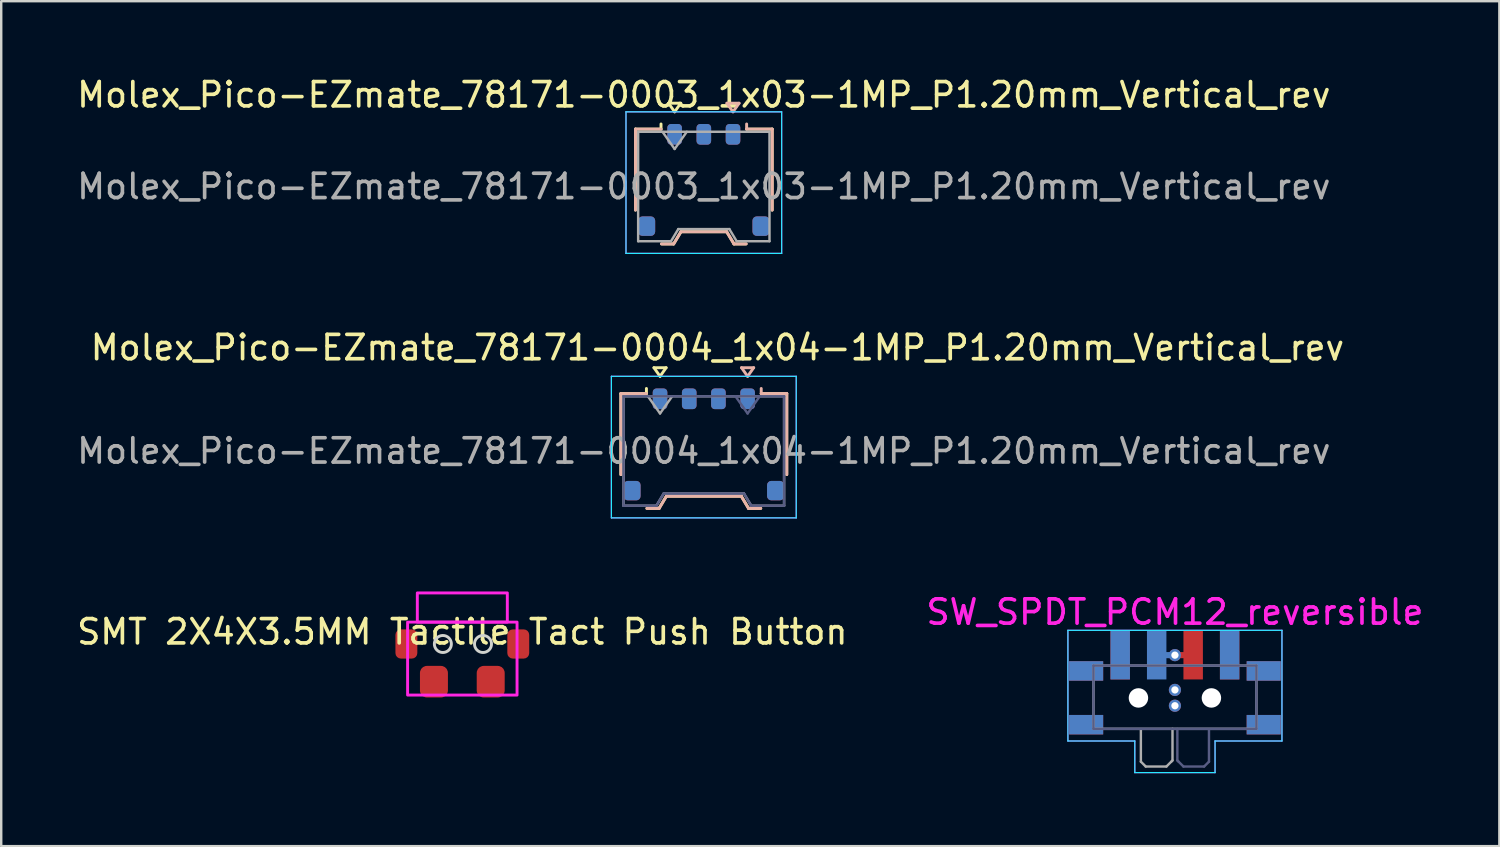
<source format=kicad_pcb>
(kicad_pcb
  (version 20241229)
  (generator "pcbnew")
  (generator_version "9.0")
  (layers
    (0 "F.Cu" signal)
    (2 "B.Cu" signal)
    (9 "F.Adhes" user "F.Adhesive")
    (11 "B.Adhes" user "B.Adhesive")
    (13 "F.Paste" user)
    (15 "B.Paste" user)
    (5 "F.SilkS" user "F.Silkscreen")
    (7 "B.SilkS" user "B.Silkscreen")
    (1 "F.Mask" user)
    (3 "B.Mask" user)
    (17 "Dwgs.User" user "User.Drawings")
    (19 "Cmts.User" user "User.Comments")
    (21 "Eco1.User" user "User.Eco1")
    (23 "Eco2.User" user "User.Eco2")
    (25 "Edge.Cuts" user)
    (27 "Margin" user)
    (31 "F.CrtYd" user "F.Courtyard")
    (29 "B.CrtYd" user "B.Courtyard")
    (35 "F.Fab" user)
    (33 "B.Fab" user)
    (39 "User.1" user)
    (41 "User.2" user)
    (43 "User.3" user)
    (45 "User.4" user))
  (footprint "Molex_Pico-EZmate_78171-0003_1x03-1MP_P1.20mm_Vertical_rev"
    (layer "F.Cu")
    (at 25.887 4.348)
    (property "Reference" "Molex_Pico-EZmate_78171-0003_1x03-1MP_P1.20mm_Vertical_rev" (at 0 -3.5 0) (layer "F.SilkS") (effects (font (size 1 1) (thickness 0.15))))
    (attr smd)
    (fp_line (start -2.81 -2.09) (end -1.76 -2.09) (stroke (width 0.12) (type solid)) (layer "F.SilkS"))
    (fp_line (start -2.81 1.24) (end -2.81 -2.09) (stroke (width 0.12) (type solid)) (layer "F.SilkS"))
    (fp_line (start -1.76 -2.09) (end -1.76 -2.3) (stroke (width 0.12) (type solid)) (layer "F.SilkS"))
    (fp_line (start -1.74 2.63) (end -1.24 2.63) (stroke (width 0.12) (type solid)) (layer "F.SilkS"))
    (fp_line (start -1.45 -3.154) (end -1.2 -2.8) (stroke (width 0.12) (type solid)) (layer "F.SilkS"))
    (fp_line (start -1.24 2.63) (end -0.94 2.13) (stroke (width 0.12) (type solid)) (layer "F.SilkS"))
    (fp_line (start -1.2 -2.8) (end -0.95 -3.154) (stroke (width 0.12) (type solid)) (layer "F.SilkS"))
    (fp_line (start -0.95 -3.154) (end -1.45 -3.154) (stroke (width 0.12) (type solid)) (layer "F.SilkS"))
    (fp_line (start -0.94 2.13) (end 0.94 2.13) (stroke (width 0.12) (type solid)) (layer "F.SilkS"))
    (fp_line (start 0.94 2.13) (end 1.24 2.63) (stroke (width 0.12) (type solid)) (layer "F.SilkS"))
    (fp_line (start 1.24 2.63) (end 1.74 2.63) (stroke (width 0.12) (type solid)) (layer "F.SilkS"))
    (fp_line (start 2.81 -2.09) (end 1.76 -2.09) (stroke (width 0.12) (type solid)) (layer "F.SilkS"))
    (fp_line (start 2.81 1.24) (end 2.81 -2.09) (stroke (width 0.12) (type solid)) (layer "F.SilkS"))
    (fp_line (start -2.81 -2.09) (end -1.76 -2.09) (stroke (width 0.12) (type solid)) (layer "B.SilkS"))
    (fp_line (start -2.81 1.24) (end -2.81 -2.09) (stroke (width 0.12) (type solid)) (layer "B.SilkS"))
    (fp_line (start -1.24 2.63) (end -1.74 2.63) (stroke (width 0.12) (type solid)) (layer "B.SilkS"))
    (fp_line (start -0.94 2.13) (end -1.24 2.63) (stroke (width 0.12) (type solid)) (layer "B.SilkS"))
    (fp_line (start 0.94 2.13) (end -0.94 2.13) (stroke (width 0.12) (type solid)) (layer "B.SilkS"))
    (fp_line (start 0.95 -3.154) (end 1.45 -3.154) (stroke (width 0.12) (type solid)) (layer "B.SilkS"))
    (fp_line (start 1.2 -2.8) (end 0.95 -3.154) (stroke (width 0.12) (type solid)) (layer "B.SilkS"))
    (fp_line (start 1.24 2.63) (end 0.94 2.13) (stroke (width 0.12) (type solid)) (layer "B.SilkS"))
    (fp_line (start 1.45 -3.154) (end 1.2 -2.8) (stroke (width 0.12) (type solid)) (layer "B.SilkS"))
    (fp_line (start 1.74 2.63) (end 1.24 2.63) (stroke (width 0.12) (type solid)) (layer "B.SilkS"))
    (fp_line (start 1.76 -2.09) (end 1.76 -2.3) (stroke (width 0.12) (type solid)) (layer "B.SilkS"))
    (fp_line (start 2.81 -2.09) (end 1.76 -2.09) (stroke (width 0.12) (type solid)) (layer "B.SilkS"))
    (fp_line (start 2.81 1.24) (end 2.81 -2.09) (stroke (width 0.12) (type solid)) (layer "B.SilkS"))
    (fp_line (start -3.2 -2.8) (end 3.2 -2.8) (stroke (width 0.05) (type solid)) (layer "B.CrtYd"))
    (fp_line (start -3.2 3.02) (end -3.2 -2.8) (stroke (width 0.05) (type solid)) (layer "B.CrtYd"))
    (fp_line (start 3.2 -2.8) (end 3.2 3.02) (stroke (width 0.05) (type solid)) (layer "B.CrtYd"))
    (fp_line (start 3.2 3.02) (end -3.2 3.02) (stroke (width 0.05) (type solid)) (layer "B.CrtYd"))
    (fp_line (start -3.2 -2.8) (end -3.2 3.02) (stroke (width 0.05) (type solid)) (layer "F.CrtYd"))
    (fp_line (start -3.2 3.02) (end 3.2 3.02) (stroke (width 0.05) (type solid)) (layer "F.CrtYd"))
    (fp_line (start 3.2 -2.8) (end -3.2 -2.8) (stroke (width 0.05) (type solid)) (layer "F.CrtYd"))
    (fp_line (start 3.2 3.02) (end 3.2 -2.8) (stroke (width 0.05) (type solid)) (layer "F.CrtYd"))
    (fp_line (start -2.7 -1.98) (end -2.7 2.52) (stroke (width 0.1) (type solid)) (layer "F.Fab"))
    (fp_line (start -2.7 -1.98) (end 2.7 -1.98) (stroke (width 0.1) (type solid)) (layer "F.Fab"))
    (fp_line (start -2.7 2.52) (end -1.35 2.52) (stroke (width 0.1) (type solid)) (layer "F.Fab"))
    (fp_line (start -1.7 -1.98) (end -1.2 -1.273) (stroke (width 0.1) (type solid)) (layer "F.Fab"))
    (fp_line (start -1.35 2.52) (end -1.05 2.02) (stroke (width 0.1) (type solid)) (layer "F.Fab"))
    (fp_line (start -1.2 -1.273) (end -0.7 -1.98) (stroke (width 0.1) (type solid)) (layer "F.Fab"))
    (fp_line (start -1.05 2.02) (end 1.05 2.02) (stroke (width 0.1) (type solid)) (layer "F.Fab"))
    (fp_line (start 1.05 2.02) (end 1.35 2.52) (stroke (width 0.1) (type solid)) (layer "F.Fab"))
    (fp_line (start 1.35 2.52) (end 2.7 2.52) (stroke (width 0.1) (type solid)) (layer "F.Fab"))
    (fp_line (start 2.7 -1.98) (end 2.7 2.52) (stroke (width 0.1) (type solid)) (layer "F.Fab"))
    (fp_text user "${REFERENCE}" (at 0 0.27 0) (layer "F.Fab") (effects (font (size 1 1) (thickness 0.15))))
    (pad "1" smd roundrect (at -1.2 -1.875) (size 0.6 0.85) (layers "F.Cu" "F.Mask" "F.Paste") (roundrect_rratio 0.25))
    (pad "1" smd roundrect (at 1.2 -1.875) (size 0.6 0.85) (layers "B.Cu" "B.Mask" "B.Paste") (roundrect_rratio 0.25))
    (pad "2" smd roundrect (at 0 -1.875) (size 0.6 0.85) (layers "F.Cu" "F.Mask" "F.Paste") (roundrect_rratio 0.25))
    (pad "2" smd roundrect (at 0 -1.875) (size 0.6 0.85) (layers "B.Cu" "B.Mask" "B.Paste") (roundrect_rratio 0.25))
    (pad "3" smd roundrect (at -1.2 -1.875) (size 0.6 0.85) (layers "B.Cu" "B.Mask" "B.Paste") (roundrect_rratio 0.25))
    (pad "3" smd roundrect (at 1.2 -1.875) (size 0.6 0.85) (layers "F.Cu" "F.Mask" "F.Paste") (roundrect_rratio 0.25))
    (pad "MP" smd roundrect (at -2.35 1.9) (size 0.7 0.8) (layers "F.Cu" "F.Mask" "F.Paste") (roundrect_rratio 0.25))
    (pad "MP" smd roundrect (at -2.35 1.9) (size 0.7 0.8) (layers "B.Cu" "B.Mask" "B.Paste") (roundrect_rratio 0.25))
    (pad "MP" smd roundrect (at 2.35 1.9) (size 0.7 0.8) (layers "F.Cu" "F.Mask" "F.Paste") (roundrect_rratio 0.25))
    (pad "MP" smd roundrect (at 2.35 1.9) (size 0.7 0.8) (layers "B.Cu" "B.Mask" "B.Paste") (roundrect_rratio 0.25)))
  (footprint "SMT 2X4X3.5MM Tactile Tact Push Button"
    (layer "F.Cu")
    (at 15.958 23.427)
    (property "Reference" "SMT 2X4X3.5MM Tactile Tact Push Button" (at 0 -0.5 0) (unlocked yes) (layer "F.SilkS") (effects (font (size 1 1) (thickness 0.15))))
    (attr smd)
    (fp_circle (center -0.8 0) (end -0.45 0) (stroke (width 0.12) (type default)) (fill no) (layer "Edge.Cuts"))
    (fp_circle (center 0.85 0) (end 1.2 0) (stroke (width 0.12) (type default)) (fill no) (layer "Edge.Cuts"))
    (fp_rect (start -2.25 -0.9) (end 2.25 2.1) (stroke (width 0.12) (type default)) (fill no) (layer "F.CrtYd"))
    (fp_rect (start -1.85 -2.1) (end 1.85 -0.9) (stroke (width 0.12) (type default)) (fill no) (layer "F.CrtYd"))
    (pad "1" smd roundrect (at 1.167 1.55) (size 1.15 1.3) (layers "F.Cu" "F.Mask" "F.Paste") (roundrect_rratio 0.25))
    (pad "2" smd roundrect (at -1.167 1.55) (size 1.15 1.3) (layers "F.Cu" "F.Mask" "F.Paste") (roundrect_rratio 0.25))
    (pad "MP" smd roundrect (at -2.3 0) (size 0.9 1.2) (layers "F.Cu" "F.Mask" "F.Paste") (roundrect_rratio 0.25))
    (pad "MP" smd roundrect (at 2.3 0) (size 0.9 1.2) (layers "F.Cu" "F.Mask" "F.Paste") (roundrect_rratio 0.25)))
  (footprint "Molex_Pico-EZmate_78171-0004_1x04-1MP_P1.20mm_Vertical_rev"
    (layer "F.Cu")
    (at 25.887 15.222)
    (property "Reference" "Molex_Pico-EZmate_78171-0004_1x04-1MP_P1.20mm_Vertical_rev" (at 0.56 -3.98 0) (layer "F.SilkS") (effects (font (size 1 1) (thickness 0.15))))
    (attr smd)
    (fp_line (start -3.41 -2.09) (end -2.36 -2.09) (stroke (width 0.12) (type solid)) (layer "F.SilkS"))
    (fp_line (start -3.41 1.24) (end -3.41 -2.09) (stroke (width 0.12) (type solid)) (layer "F.SilkS"))
    (fp_line (start -2.36 -2.09) (end -2.36 -2.3) (stroke (width 0.12) (type solid)) (layer "F.SilkS"))
    (fp_line (start -2.34 2.63) (end -1.84 2.63) (stroke (width 0.12) (type solid)) (layer "F.SilkS"))
    (fp_line (start -2.05 -3.154) (end -1.8 -2.8) (stroke (width 0.12) (type solid)) (layer "F.SilkS"))
    (fp_line (start -1.84 2.63) (end -1.54 2.13) (stroke (width 0.12) (type solid)) (layer "F.SilkS"))
    (fp_line (start -1.8 -2.8) (end -1.55 -3.154) (stroke (width 0.12) (type solid)) (layer "F.SilkS"))
    (fp_line (start -1.55 -3.154) (end -2.05 -3.154) (stroke (width 0.12) (type solid)) (layer "F.SilkS"))
    (fp_line (start -1.54 2.13) (end 1.54 2.13) (stroke (width 0.12) (type solid)) (layer "F.SilkS"))
    (fp_line (start 1.54 2.13) (end 1.84 2.63) (stroke (width 0.12) (type solid)) (layer "F.SilkS"))
    (fp_line (start 1.84 2.63) (end 2.34 2.63) (stroke (width 0.12) (type solid)) (layer "F.SilkS"))
    (fp_line (start 3.41 -2.09) (end 2.36 -2.09) (stroke (width 0.12) (type solid)) (layer "F.SilkS"))
    (fp_line (start 3.41 1.24) (end 3.41 -2.09) (stroke (width 0.12) (type solid)) (layer "F.SilkS"))
    (fp_line (start -3.41 -2.09) (end -2.36 -2.09) (stroke (width 0.12) (type solid)) (layer "B.SilkS"))
    (fp_line (start -3.41 1.24) (end -3.41 -2.09) (stroke (width 0.12) (type solid)) (layer "B.SilkS"))
    (fp_line (start -1.84 2.63) (end -2.34 2.63) (stroke (width 0.12) (type solid)) (layer "B.SilkS"))
    (fp_line (start -1.54 2.13) (end -1.84 2.63) (stroke (width 0.12) (type solid)) (layer "B.SilkS"))
    (fp_line (start 1.54 2.13) (end -1.54 2.13) (stroke (width 0.12) (type solid)) (layer "B.SilkS"))
    (fp_line (start 1.55 -3.154) (end 2.05 -3.154) (stroke (width 0.12) (type solid)) (layer "B.SilkS"))
    (fp_line (start 1.8 -2.8) (end 1.55 -3.154) (stroke (width 0.12) (type solid)) (layer "B.SilkS"))
    (fp_line (start 1.84 2.63) (end 1.54 2.13) (stroke (width 0.12) (type solid)) (layer "B.SilkS"))
    (fp_line (start 2.05 -3.154) (end 1.8 -2.8) (stroke (width 0.12) (type solid)) (layer "B.SilkS"))
    (fp_line (start 2.34 2.63) (end 1.84 2.63) (stroke (width 0.12) (type solid)) (layer "B.SilkS"))
    (fp_line (start 2.36 -2.09) (end 2.36 -2.3) (stroke (width 0.12) (type solid)) (layer "B.SilkS"))
    (fp_line (start 3.41 -2.09) (end 2.36 -2.09) (stroke (width 0.12) (type solid)) (layer "B.SilkS"))
    (fp_line (start 3.41 1.24) (end 3.41 -2.09) (stroke (width 0.12) (type solid)) (layer "B.SilkS"))
    (fp_line (start -3.8 -2.8) (end 3.8 -2.8) (stroke (width 0.05) (type solid)) (layer "B.CrtYd"))
    (fp_line (start -3.8 3.02) (end -3.8 -2.8) (stroke (width 0.05) (type solid)) (layer "B.CrtYd"))
    (fp_line (start 3.8 -2.8) (end 3.8 3.02) (stroke (width 0.05) (type solid)) (layer "B.CrtYd"))
    (fp_line (start 3.8 3.02) (end -3.8 3.02) (stroke (width 0.05) (type solid)) (layer "B.CrtYd"))
    (fp_line (start -3.8 -2.8) (end -3.8 3.02) (stroke (width 0.05) (type solid)) (layer "F.CrtYd"))
    (fp_line (start -3.8 3.02) (end 3.8 3.02) (stroke (width 0.05) (type solid)) (layer "F.CrtYd"))
    (fp_line (start 3.8 -2.8) (end -3.8 -2.8) (stroke (width 0.05) (type solid)) (layer "F.CrtYd"))
    (fp_line (start 3.8 3.02) (end 3.8 -2.8) (stroke (width 0.05) (type solid)) (layer "F.CrtYd"))
    (fp_line (start -3.3 -1.98) (end -3.3 2.52) (stroke (width 0.1) (type solid)) (layer "B.Fab"))
    (fp_line (start -1.95 2.52) (end -3.3 2.52) (stroke (width 0.1) (type solid)) (layer "B.Fab"))
    (fp_line (start -1.65 2.02) (end -1.95 2.52) (stroke (width 0.1) (type solid)) (layer "B.Fab"))
    (fp_line (start 1.65 2.02) (end -1.65 2.02) (stroke (width 0.1) (type solid)) (layer "B.Fab"))
    (fp_line (start 1.8 -1.273) (end 1.3 -1.98) (stroke (width 0.1) (type solid)) (layer "B.Fab"))
    (fp_line (start 1.95 2.52) (end 1.65 2.02) (stroke (width 0.1) (type solid)) (layer "B.Fab"))
    (fp_line (start 2.3 -1.98) (end 1.8 -1.273) (stroke (width 0.1) (type solid)) (layer "B.Fab"))
    (fp_line (start 3.3 -1.98) (end -3.3 -1.98) (stroke (width 0.1) (type solid)) (layer "B.Fab"))
    (fp_line (start 3.3 -1.98) (end 3.3 2.52) (stroke (width 0.1) (type solid)) (layer "B.Fab"))
    (fp_line (start 3.3 2.52) (end 1.95 2.52) (stroke (width 0.1) (type solid)) (layer "B.Fab"))
    (fp_line (start -3.3 -1.98) (end -3.3 2.52) (stroke (width 0.1) (type solid)) (layer "F.Fab"))
    (fp_line (start -3.3 -1.98) (end 3.3 -1.98) (stroke (width 0.1) (type solid)) (layer "F.Fab"))
    (fp_line (start -3.3 2.52) (end -1.95 2.52) (stroke (width 0.1) (type solid)) (layer "F.Fab"))
    (fp_line (start -2.3 -1.98) (end -1.8 -1.273) (stroke (width 0.1) (type solid)) (layer "F.Fab"))
    (fp_line (start -1.95 2.52) (end -1.65 2.02) (stroke (width 0.1) (type solid)) (layer "F.Fab"))
    (fp_line (start -1.8 -1.273) (end -1.3 -1.98) (stroke (width 0.1) (type solid)) (layer "F.Fab"))
    (fp_line (start -1.65 2.02) (end 1.65 2.02) (stroke (width 0.1) (type solid)) (layer "F.Fab"))
    (fp_line (start 1.65 2.02) (end 1.95 2.52) (stroke (width 0.1) (type solid)) (layer "F.Fab"))
    (fp_line (start 1.95 2.52) (end 3.3 2.52) (stroke (width 0.1) (type solid)) (layer "F.Fab"))
    (fp_line (start 3.3 -1.98) (end 3.3 2.52) (stroke (width 0.1) (type solid)) (layer "F.Fab"))
    (fp_text user "${REFERENCE}" (at 0 0.27 0) (layer "F.Fab") (effects (font (size 1 1) (thickness 0.15))))
    (pad "1" smd roundrect (at -1.8 -1.875) (size 0.6 0.85) (layers "F.Cu" "F.Mask" "F.Paste") (roundrect_rratio 0.25))
    (pad "1" smd roundrect (at 1.8 -1.875) (size 0.6 0.85) (layers "B.Cu" "B.Mask" "B.Paste") (roundrect_rratio 0.25))
    (pad "2" smd roundrect (at -0.6 -1.875) (size 0.6 0.85) (layers "F.Cu" "F.Mask" "F.Paste") (roundrect_rratio 0.25))
    (pad "2" smd roundrect (at 0.6 -1.875) (size 0.6 0.85) (layers "B.Cu" "B.Mask" "B.Paste") (roundrect_rratio 0.25))
    (pad "3" smd roundrect (at -0.6 -1.875) (size 0.6 0.85) (layers "B.Cu" "B.Mask" "B.Paste") (roundrect_rratio 0.25))
    (pad "3" smd roundrect (at 0.6 -1.875) (size 0.6 0.85) (layers "F.Cu" "F.Mask" "F.Paste") (roundrect_rratio 0.25))
    (pad "4" smd roundrect (at -1.8 -1.875) (size 0.6 0.85) (layers "B.Cu" "B.Mask" "B.Paste") (roundrect_rratio 0.25))
    (pad "4" smd roundrect (at 1.8 -1.875) (size 0.6 0.85) (layers "F.Cu" "F.Mask" "F.Paste") (roundrect_rratio 0.25))
    (pad "MP" smd roundrect (at -2.95 1.9) (size 0.7 0.8) (layers "F.Cu" "F.Mask" "F.Paste") (roundrect_rratio 0.25))
    (pad "MP" smd roundrect (at -2.95 1.9) (size 0.7 0.8) (layers "B.Cu" "B.Mask" "B.Paste") (roundrect_rratio 0.25))
    (pad "MP" smd roundrect (at 2.95 1.9) (size 0.7 0.8) (layers "F.Cu" "F.Mask" "F.Paste") (roundrect_rratio 0.25))
    (pad "MP" smd roundrect (at 2.95 1.9) (size 0.7 0.8) (layers "B.Cu" "B.Mask" "B.Paste") (roundrect_rratio 0.25)))
  (footprint "SW_SPDT_PCM12_reversible"
    (layer "F.Cu")
    (at 45.256 25.315)
    (property "Reference" "SW_SPDT_PCM12_reversible" (at 0 -3.2 180) (layer "F.CrtYd") (effects (font (size 1 1) (thickness 0.15))))
    (attr smd)
    (fp_line (start -4.4 -2.45) (end -4.4 2.1) (stroke (width 0.05) (type solid)) (layer "B.CrtYd"))
    (fp_line (start -4.4 2.1) (end -1.65 2.1) (stroke (width 0.05) (type solid)) (layer "B.CrtYd"))
    (fp_line (start -1.65 2.1) (end -1.65 3.4) (stroke (width 0.05) (type solid)) (layer "B.CrtYd"))
    (fp_line (start -1.65 3.4) (end 1.65 3.4) (stroke (width 0.05) (type solid)) (layer "B.CrtYd"))
    (fp_line (start 1.65 2.1) (end 4.4 2.1) (stroke (width 0.05) (type solid)) (layer "B.CrtYd"))
    (fp_line (start 1.65 3.4) (end 1.65 2.1) (stroke (width 0.05) (type solid)) (layer "B.CrtYd"))
    (fp_line (start 4.4 -2.45) (end -4.4 -2.45) (stroke (width 0.05) (type solid)) (layer "B.CrtYd"))
    (fp_line (start 4.4 2.1) (end 4.4 -2.45) (stroke (width 0.05) (type solid)) (layer "B.CrtYd"))
    (fp_line (start -4.4 -2.45) (end 4.4 -2.45) (stroke (width 0.05) (type solid)) (layer "F.CrtYd"))
    (fp_line (start -4.4 2.1) (end -4.4 -2.45) (stroke (width 0.05) (type solid)) (layer "F.CrtYd"))
    (fp_line (start -1.65 2.1) (end -4.4 2.1) (stroke (width 0.05) (type solid)) (layer "F.CrtYd"))
    (fp_line (start -1.65 3.4) (end -1.65 2.1) (stroke (width 0.05) (type solid)) (layer "F.CrtYd"))
    (fp_line (start 1.65 2.1) (end 1.65 3.4) (stroke (width 0.05) (type solid)) (layer "F.CrtYd"))
    (fp_line (start 1.65 3.4) (end -1.65 3.4) (stroke (width 0.05) (type solid)) (layer "F.CrtYd"))
    (fp_line (start 4.4 -2.45) (end 4.4 2.1) (stroke (width 0.05) (type solid)) (layer "F.CrtYd"))
    (fp_line (start 4.4 2.1) (end 1.65 2.1) (stroke (width 0.05) (type solid)) (layer "F.CrtYd"))
    (fp_line (start -3.35 -1) (end 3.35 -1) (stroke (width 0.1) (type solid)) (layer "B.Fab"))
    (fp_line (start -3.35 1.6) (end -3.35 -1) (stroke (width 0.1) (type solid)) (layer "B.Fab"))
    (fp_line (start 0.1 2.9) (end 0.1 1.6) (stroke (width 0.1) (type solid)) (layer "B.Fab"))
    (fp_line (start 0.15 2.95) (end 0.1 2.9) (stroke (width 0.1) (type solid)) (layer "B.Fab"))
    (fp_line (start 0.35 3.15) (end 0.15 2.95) (stroke (width 0.1) (type solid)) (layer "B.Fab"))
    (fp_line (start 1.2 3.15) (end 0.35 3.15) (stroke (width 0.1) (type solid)) (layer "B.Fab"))
    (fp_line (start 1.4 1.65) (end 1.4 2.95) (stroke (width 0.1) (type solid)) (layer "B.Fab"))
    (fp_line (start 1.4 2.95) (end 1.2 3.15) (stroke (width 0.1) (type solid)) (layer "B.Fab"))
    (fp_line (start 3.35 -1) (end 3.35 1.6) (stroke (width 0.1) (type solid)) (layer "B.Fab"))
    (fp_line (start 3.35 1.6) (end -3.35 1.6) (stroke (width 0.1) (type solid)) (layer "B.Fab"))
    (fp_line (start -3.35 -1) (end -3.35 1.6) (stroke (width 0.1) (type solid)) (layer "F.Fab"))
    (fp_line (start -3.35 1.6) (end 3.35 1.6) (stroke (width 0.1) (type solid)) (layer "F.Fab"))
    (fp_line (start -1.4 1.65) (end -1.4 2.95) (stroke (width 0.1) (type solid)) (layer "F.Fab"))
    (fp_line (start -1.4 2.95) (end -1.2 3.15) (stroke (width 0.1) (type solid)) (layer "F.Fab"))
    (fp_line (start -1.2 3.15) (end -0.35 3.15) (stroke (width 0.1) (type solid)) (layer "F.Fab"))
    (fp_line (start -0.35 3.15) (end -0.15 2.95) (stroke (width 0.1) (type solid)) (layer "F.Fab"))
    (fp_line (start -0.15 2.95) (end -0.1 2.9) (stroke (width 0.1) (type solid)) (layer "F.Fab"))
    (fp_line (start -0.1 2.9) (end -0.1 1.6) (stroke (width 0.1) (type solid)) (layer "F.Fab"))
    (fp_line (start 3.35 -1) (end -3.35 -1) (stroke (width 0.1) (type solid)) (layer "F.Fab"))
    (fp_line (start 3.35 1.6) (end 3.35 -1) (stroke (width 0.1) (type solid)) (layer "F.Fab"))
    (pad "" smd rect (at -3.65 -0.78) (size 1.4 0.8) (layers "F.Cu" "F.Mask" "F.Paste"))
    (pad "" smd rect (at -3.65 -0.78) (size 1.4 0.8) (layers "B.Cu" "B.Mask" "B.Paste"))
    (pad "" smd rect (at -3.65 1.43) (size 1.4 0.8) (layers "F.Cu" "F.Mask" "F.Paste"))
    (pad "" smd rect (at -3.65 1.43) (size 1.4 0.8) (layers "B.Cu" "B.Mask" "B.Paste"))
    (pad "" np_thru_hole circle (at -1.5 0.33) (size 0.8 0.8) (drill 0.8) (layers "*.Cu" "*.Mask"))
    (pad "" np_thru_hole circle (at 1.5 0.33) (size 0.8 0.8) (drill 0.8) (layers "*.Cu" "*.Mask"))
    (pad "" smd rect (at 3.65 -0.78) (size 1.4 0.8) (layers "F.Cu" "F.Mask" "F.Paste"))
    (pad "" smd rect (at 3.65 -0.78) (size 1.4 0.8) (layers "B.Cu" "B.Mask" "B.Paste"))
    (pad "" smd rect (at 3.65 1.43) (size 1.4 0.8) (layers "F.Cu" "F.Mask" "F.Paste"))
    (pad "" smd rect (at 3.65 1.43) (size 1.4 0.8) (layers "B.Cu" "B.Mask" "B.Paste"))
    (pad "1" smd rect (at -2.25 -1.43) (size 0.8 2) (layers "F.Cu" "F.Mask" "F.Paste"))
    (pad "1" thru_hole circle (at 0 0.65) (size 0.5 0.5) (drill 0.3) (layers "*.Cu" "*.Mask"))
    (pad "1" smd rect (at 2.25 -1.43) (size 0.8 2) (layers "B.Cu" "B.Mask" "B.Paste"))
    (pad "2" smd rect (at -0.75 -1.43) (size 0.8 2) (layers "B.Cu" "B.Mask" "B.Paste"))
    (pad "2" smd roundrect (at -0.25 -1.43) (size 0.5 0.25) (layers "B.Cu" "B.Mask" "B.Paste") (roundrect_rratio 0.25))
    (pad "2" thru_hole circle (at 0 -1.43) (size 0.5 0.5) (drill 0.3) (layers "*.Cu" "*.Mask"))
    (pad "2" smd roundrect (at 0.2 -1.43) (size 0.5 0.25) (layers "F.Cu" "F.Mask" "F.Paste") (roundrect_rratio 0.25))
    (pad "2" smd rect (at 0.75 -1.43) (size 0.8 2) (layers "F.Cu" "F.Mask" "F.Paste"))
    (pad "3" smd rect (at -2.25 -1.43) (size 0.8 2) (layers "B.Cu" "B.Mask" "B.Paste"))
    (pad "3" thru_hole circle (at 0 0) (size 0.5 0.5) (drill 0.3) (layers "*.Cu" "*.Mask"))
    (pad "3" smd rect (at 2.25 -1.43) (size 0.8 2) (layers "F.Cu" "F.Mask" "F.Paste")))
  (gr_rect
    (start -3 -3)
    (end 58.595 31.74)
    (stroke (width 0.1) (type default))
    (fill no)
    (layer "Edge.Cuts")))
</source>
